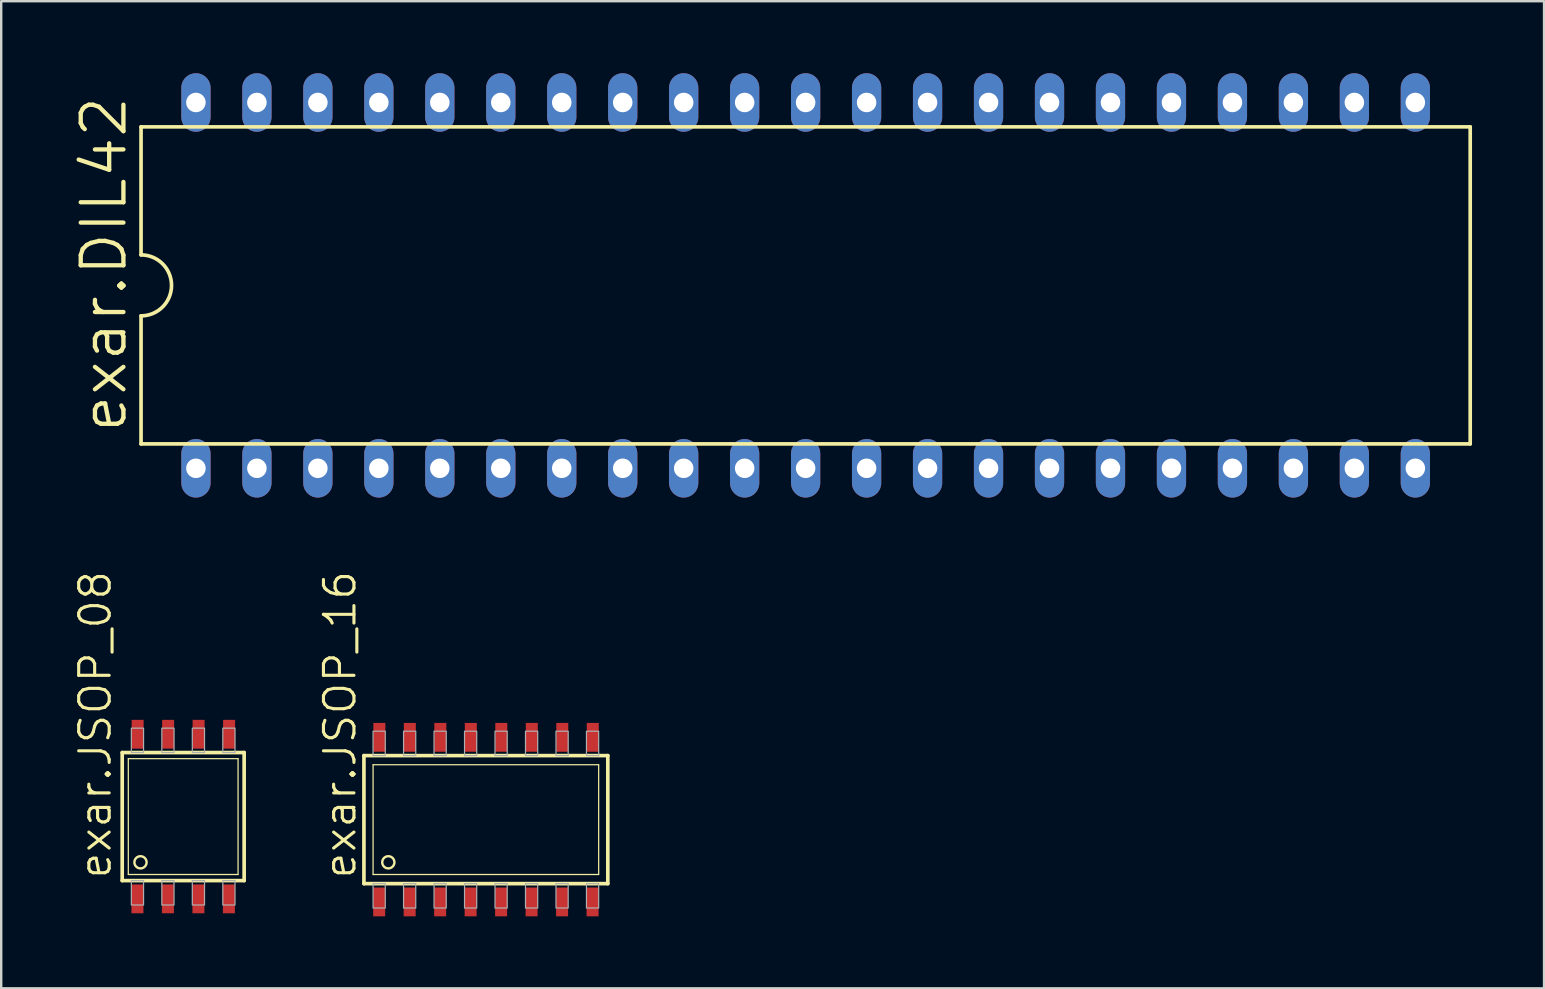
<source format=kicad_pcb>
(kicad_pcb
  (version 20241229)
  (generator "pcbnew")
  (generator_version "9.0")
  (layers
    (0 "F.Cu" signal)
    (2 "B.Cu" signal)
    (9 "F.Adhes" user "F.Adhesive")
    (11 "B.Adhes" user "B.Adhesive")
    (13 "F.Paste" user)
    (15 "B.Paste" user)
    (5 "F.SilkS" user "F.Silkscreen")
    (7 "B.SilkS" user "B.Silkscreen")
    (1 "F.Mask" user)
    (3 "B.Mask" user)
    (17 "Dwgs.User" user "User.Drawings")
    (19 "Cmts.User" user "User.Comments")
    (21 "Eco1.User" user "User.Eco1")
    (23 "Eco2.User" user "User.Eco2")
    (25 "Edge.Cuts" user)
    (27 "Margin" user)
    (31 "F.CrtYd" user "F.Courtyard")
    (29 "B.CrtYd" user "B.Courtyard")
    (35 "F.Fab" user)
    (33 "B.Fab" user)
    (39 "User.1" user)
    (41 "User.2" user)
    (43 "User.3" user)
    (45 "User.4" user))
  (footprint "exar.DIL42"
    (layer "F.Cu")
    (at 30.512 8.839)
    (property "Reference" "exar.DIL42" (at -28.194 6.223 90) (layer "F.SilkS") (effects (font (size 1.778 1.778) (thickness 0.18)) (justify left bottom)))
    (attr through_hole)
    (fp_line (start -27.686 -6.604) (end -27.686 -1.27) (stroke (width 0.152) (type default)) (layer "F.SilkS"))
    (fp_line (start -27.686 -6.604) (end 27.686 -6.604) (stroke (width 0.152) (type default)) (layer "F.SilkS"))
    (fp_line (start -27.686 1.27) (end -27.686 6.604) (stroke (width 0.152) (type default)) (layer "F.SilkS"))
    (fp_line (start -27.686 6.604) (end 27.686 6.604) (stroke (width 0.152) (type default)) (layer "F.SilkS"))
    (fp_line (start 27.686 6.604) (end 27.686 -6.604) (stroke (width 0.152) (type default)) (layer "F.SilkS"))
    (fp_arc (start -27.686 -1.27) (mid -26.416 0) (end -27.686 1.27) (stroke (width 0.1524) (type default)) (layer "F.SilkS"))
    (pad "1" thru_hole oval (at -25.4 7.62 90) (size 2.438 1.219) (drill 0.813) (layers "*.Cu" "*.Mask"))
    (pad "2" thru_hole oval (at -22.86 7.62 90) (size 2.438 1.219) (drill 0.813) (layers "*.Cu" "*.Mask"))
    (pad "3" thru_hole oval (at -20.32 7.62 90) (size 2.438 1.219) (drill 0.813) (layers "*.Cu" "*.Mask"))
    (pad "4" thru_hole oval (at -17.78 7.62 90) (size 2.438 1.219) (drill 0.813) (layers "*.Cu" "*.Mask"))
    (pad "5" thru_hole oval (at -15.24 7.62 90) (size 2.438 1.219) (drill 0.813) (layers "*.Cu" "*.Mask"))
    (pad "6" thru_hole oval (at -12.7 7.62 90) (size 2.438 1.219) (drill 0.813) (layers "*.Cu" "*.Mask"))
    (pad "7" thru_hole oval (at -10.16 7.62 90) (size 2.438 1.219) (drill 0.813) (layers "*.Cu" "*.Mask"))
    (pad "8" thru_hole oval (at -7.62 7.62 90) (size 2.438 1.219) (drill 0.813) (layers "*.Cu" "*.Mask"))
    (pad "9" thru_hole oval (at -5.08 7.62 90) (size 2.438 1.219) (drill 0.813) (layers "*.Cu" "*.Mask"))
    (pad "10" thru_hole oval (at -2.54 7.62 90) (size 2.438 1.219) (drill 0.813) (layers "*.Cu" "*.Mask"))
    (pad "11" thru_hole oval (at 0 7.62 90) (size 2.438 1.219) (drill 0.813) (layers "*.Cu" "*.Mask"))
    (pad "12" thru_hole oval (at 2.54 7.62 90) (size 2.438 1.219) (drill 0.813) (layers "*.Cu" "*.Mask"))
    (pad "13" thru_hole oval (at 5.08 7.62 90) (size 2.438 1.219) (drill 0.813) (layers "*.Cu" "*.Mask"))
    (pad "14" thru_hole oval (at 7.62 7.62 90) (size 2.438 1.219) (drill 0.813) (layers "*.Cu" "*.Mask"))
    (pad "15" thru_hole oval (at 10.16 7.62 90) (size 2.438 1.219) (drill 0.813) (layers "*.Cu" "*.Mask"))
    (pad "16" thru_hole oval (at 12.7 7.62 90) (size 2.438 1.219) (drill 0.813) (layers "*.Cu" "*.Mask"))
    (pad "17" thru_hole oval (at 15.24 7.62 90) (size 2.438 1.219) (drill 0.813) (layers "*.Cu" "*.Mask"))
    (pad "18" thru_hole oval (at 17.78 7.62 90) (size 2.438 1.219) (drill 0.813) (layers "*.Cu" "*.Mask"))
    (pad "19" thru_hole oval (at 20.32 7.62 90) (size 2.438 1.219) (drill 0.813) (layers "*.Cu" "*.Mask"))
    (pad "20" thru_hole oval (at 22.86 7.62 90) (size 2.438 1.219) (drill 0.813) (layers "*.Cu" "*.Mask"))
    (pad "21" thru_hole oval (at 25.4 7.62 90) (size 2.438 1.219) (drill 0.813) (layers "*.Cu" "*.Mask"))
    (pad "22" thru_hole oval (at 25.4 -7.62 90) (size 2.438 1.219) (drill 0.813) (layers "*.Cu" "*.Mask"))
    (pad "23" thru_hole oval (at 22.86 -7.62 90) (size 2.438 1.219) (drill 0.813) (layers "*.Cu" "*.Mask"))
    (pad "24" thru_hole oval (at 20.32 -7.62 90) (size 2.438 1.219) (drill 0.813) (layers "*.Cu" "*.Mask"))
    (pad "25" thru_hole oval (at 17.78 -7.62 90) (size 2.438 1.219) (drill 0.813) (layers "*.Cu" "*.Mask"))
    (pad "26" thru_hole oval (at 15.24 -7.62 90) (size 2.438 1.219) (drill 0.813) (layers "*.Cu" "*.Mask"))
    (pad "27" thru_hole oval (at 12.7 -7.62 90) (size 2.438 1.219) (drill 0.813) (layers "*.Cu" "*.Mask"))
    (pad "28" thru_hole oval (at 10.16 -7.62 90) (size 2.438 1.219) (drill 0.813) (layers "*.Cu" "*.Mask"))
    (pad "29" thru_hole oval (at 7.62 -7.62 90) (size 2.438 1.219) (drill 0.813) (layers "*.Cu" "*.Mask"))
    (pad "30" thru_hole oval (at 5.08 -7.62 90) (size 2.438 1.219) (drill 0.813) (layers "*.Cu" "*.Mask"))
    (pad "31" thru_hole oval (at 2.54 -7.62 90) (size 2.438 1.219) (drill 0.813) (layers "*.Cu" "*.Mask"))
    (pad "32" thru_hole oval (at 0 -7.62 90) (size 2.438 1.219) (drill 0.813) (layers "*.Cu" "*.Mask"))
    (pad "33" thru_hole oval (at -2.54 -7.62 90) (size 2.438 1.219) (drill 0.813) (layers "*.Cu" "*.Mask"))
    (pad "34" thru_hole oval (at -5.08 -7.62 90) (size 2.438 1.219) (drill 0.813) (layers "*.Cu" "*.Mask"))
    (pad "35" thru_hole oval (at -7.62 -7.62 90) (size 2.438 1.219) (drill 0.813) (layers "*.Cu" "*.Mask"))
    (pad "36" thru_hole oval (at -10.16 -7.62 90) (size 2.438 1.219) (drill 0.813) (layers "*.Cu" "*.Mask"))
    (pad "37" thru_hole oval (at -12.7 -7.62 90) (size 2.438 1.219) (drill 0.813) (layers "*.Cu" "*.Mask"))
    (pad "38" thru_hole oval (at -15.24 -7.62 90) (size 2.438 1.219) (drill 0.813) (layers "*.Cu" "*.Mask"))
    (pad "39" thru_hole oval (at -17.78 -7.62 90) (size 2.438 1.219) (drill 0.813) (layers "*.Cu" "*.Mask"))
    (pad "40" thru_hole oval (at -20.32 -7.62 90) (size 2.438 1.219) (drill 0.813) (layers "*.Cu" "*.Mask"))
    (pad "41" thru_hole oval (at -22.86 -7.62 90) (size 2.438 1.219) (drill 0.813) (layers "*.Cu" "*.Mask"))
    (pad "42" thru_hole oval (at -25.4 -7.62 90) (size 2.438 1.219) (drill 0.813) (layers "*.Cu" "*.Mask")))
  (footprint "exar.JSOP_16"
    (layer "F.Cu")
    (at 17.191 31.095)
    (property "Reference" "exar.JSOP_16" (at -5.334 2.54 90) (layer "F.SilkS") (effects (font (size 1.27 1.27) (thickness 0.13)) (justify left bottom)))
    (attr smd)
    (fp_line (start -5.08 -2.667) (end 5.08 -2.667) (stroke (width 0.152) (type default)) (layer "F.SilkS"))
    (fp_line (start -5.08 2.667) (end -5.08 -2.667) (stroke (width 0.152) (type default)) (layer "F.SilkS"))
    (fp_line (start -4.699 -2.286) (end 4.699 -2.286) (stroke (width 0.051) (type default)) (layer "F.SilkS"))
    (fp_line (start -4.699 2.286) (end -4.699 -2.286) (stroke (width 0.051) (type default)) (layer "F.SilkS"))
    (fp_line (start 4.699 -2.286) (end 4.699 2.286) (stroke (width 0.051) (type default)) (layer "F.SilkS"))
    (fp_line (start 4.699 2.286) (end -4.699 2.286) (stroke (width 0.051) (type default)) (layer "F.SilkS"))
    (fp_line (start 5.08 -2.667) (end 5.08 2.667) (stroke (width 0.152) (type default)) (layer "F.SilkS"))
    (fp_line (start 5.08 2.667) (end -5.08 2.667) (stroke (width 0.152) (type default)) (layer "F.SilkS"))
    (fp_circle (center -4.064 1.778) (end -3.81 1.778) (stroke (width 0.1) (type default)) (fill no) (layer "F.SilkS"))
    (fp_rect (start -4.699 -2.667) (end -4.191 -3.683) (stroke (width 0.05) (type default)) (fill no) (layer "F.Fab"))
    (fp_rect (start -4.699 3.683) (end -4.191 2.667) (stroke (width 0.05) (type default)) (fill no) (layer "F.Fab"))
    (fp_rect (start -3.429 -2.667) (end -2.921 -3.683) (stroke (width 0.05) (type default)) (fill no) (layer "F.Fab"))
    (fp_rect (start -3.429 3.683) (end -2.921 2.667) (stroke (width 0.05) (type default)) (fill no) (layer "F.Fab"))
    (fp_rect (start -2.159 -2.667) (end -1.651 -3.683) (stroke (width 0.05) (type default)) (fill no) (layer "F.Fab"))
    (fp_rect (start -2.159 3.683) (end -1.651 2.667) (stroke (width 0.05) (type default)) (fill no) (layer "F.Fab"))
    (fp_rect (start -0.889 -2.667) (end -0.381 -3.683) (stroke (width 0.05) (type default)) (fill no) (layer "F.Fab"))
    (fp_rect (start -0.889 3.683) (end -0.381 2.667) (stroke (width 0.05) (type default)) (fill no) (layer "F.Fab"))
    (fp_rect (start 0.381 -2.667) (end 0.889 -3.683) (stroke (width 0.05) (type default)) (fill no) (layer "F.Fab"))
    (fp_rect (start 0.381 3.683) (end 0.889 2.667) (stroke (width 0.05) (type default)) (fill no) (layer "F.Fab"))
    (fp_rect (start 1.651 -2.667) (end 2.159 -3.683) (stroke (width 0.05) (type default)) (fill no) (layer "F.Fab"))
    (fp_rect (start 1.651 3.683) (end 2.159 2.667) (stroke (width 0.05) (type default)) (fill no) (layer "F.Fab"))
    (fp_rect (start 2.921 -2.667) (end 3.429 -3.683) (stroke (width 0.05) (type default)) (fill no) (layer "F.Fab"))
    (fp_rect (start 2.921 3.683) (end 3.429 2.667) (stroke (width 0.05) (type default)) (fill no) (layer "F.Fab"))
    (fp_rect (start 4.191 -2.667) (end 4.699 -3.683) (stroke (width 0.05) (type default)) (fill no) (layer "F.Fab"))
    (fp_rect (start 4.191 3.683) (end 4.699 2.667) (stroke (width 0.05) (type default)) (fill no) (layer "F.Fab"))
    (pad "1" smd roundrect (at -4.445 3.429) (size 0.5 1.2) (layers "F.Cu" "F.Mask" "F.Paste") (roundrect_rratio 0.01))
    (pad "2" smd roundrect (at -3.175 3.429) (size 0.5 1.2) (layers "F.Cu" "F.Mask" "F.Paste") (roundrect_rratio 0.01))
    (pad "3" smd roundrect (at -1.905 3.429) (size 0.5 1.2) (layers "F.Cu" "F.Mask" "F.Paste") (roundrect_rratio 0.01))
    (pad "4" smd roundrect (at -0.635 3.429) (size 0.5 1.2) (layers "F.Cu" "F.Mask" "F.Paste") (roundrect_rratio 0.01))
    (pad "5" smd roundrect (at 0.635 3.429) (size 0.5 1.2) (layers "F.Cu" "F.Mask" "F.Paste") (roundrect_rratio 0.01))
    (pad "6" smd roundrect (at 1.905 3.429) (size 0.5 1.2) (layers "F.Cu" "F.Mask" "F.Paste") (roundrect_rratio 0.01))
    (pad "7" smd roundrect (at 3.175 3.429) (size 0.5 1.2) (layers "F.Cu" "F.Mask" "F.Paste") (roundrect_rratio 0.01))
    (pad "8" smd roundrect (at 4.445 3.429) (size 0.5 1.2) (layers "F.Cu" "F.Mask" "F.Paste") (roundrect_rratio 0.01))
    (pad "9" smd roundrect (at 4.453 -3.429) (size 0.5 1.2) (layers "F.Cu" "F.Mask" "F.Paste") (roundrect_rratio 0.01))
    (pad "10" smd roundrect (at 3.183 -3.429) (size 0.5 1.2) (layers "F.Cu" "F.Mask" "F.Paste") (roundrect_rratio 0.01))
    (pad "11" smd roundrect (at 1.913 -3.429) (size 0.5 1.2) (layers "F.Cu" "F.Mask" "F.Paste") (roundrect_rratio 0.01))
    (pad "12" smd roundrect (at 0.643 -3.429) (size 0.5 1.2) (layers "F.Cu" "F.Mask" "F.Paste") (roundrect_rratio 0.01))
    (pad "13" smd roundrect (at -0.627 -3.429) (size 0.5 1.2) (layers "F.Cu" "F.Mask" "F.Paste") (roundrect_rratio 0.01))
    (pad "14" smd roundrect (at -1.897 -3.429) (size 0.5 1.2) (layers "F.Cu" "F.Mask" "F.Paste") (roundrect_rratio 0.01))
    (pad "15" smd roundrect (at -3.167 -3.429) (size 0.5 1.2) (layers "F.Cu" "F.Mask" "F.Paste") (roundrect_rratio 0.01))
    (pad "16" smd roundrect (at -4.437 -3.429) (size 0.5 1.2) (layers "F.Cu" "F.Mask" "F.Paste") (roundrect_rratio 0.01)))
  (footprint "exar.JSOP_08"
    (layer "F.Cu")
    (at 4.581 30.968)
    (property "Reference" "exar.JSOP_08" (at -2.921 2.667 90) (layer "F.SilkS") (effects (font (size 1.27 1.27) (thickness 0.13)) (justify left bottom)))
    (attr smd)
    (fp_line (start -2.54 -2.667) (end 2.54 -2.667) (stroke (width 0.152) (type default)) (layer "F.SilkS"))
    (fp_line (start -2.54 2.667) (end -2.54 -2.667) (stroke (width 0.152) (type default)) (layer "F.SilkS"))
    (fp_line (start -2.286 -2.413) (end 2.286 -2.413) (stroke (width 0.051) (type default)) (layer "F.SilkS"))
    (fp_line (start -2.286 2.413) (end -2.286 -2.413) (stroke (width 0.051) (type default)) (layer "F.SilkS"))
    (fp_line (start 2.286 -2.413) (end 2.286 2.413) (stroke (width 0.051) (type default)) (layer "F.SilkS"))
    (fp_line (start 2.286 2.413) (end -2.286 2.413) (stroke (width 0.051) (type default)) (layer "F.SilkS"))
    (fp_line (start 2.54 -2.667) (end 2.54 2.667) (stroke (width 0.152) (type default)) (layer "F.SilkS"))
    (fp_line (start 2.54 2.667) (end -2.54 2.667) (stroke (width 0.152) (type default)) (layer "F.SilkS"))
    (fp_circle (center -1.778 1.905) (end -1.524 1.905) (stroke (width 0.1) (type default)) (fill no) (layer "F.SilkS"))
    (fp_rect (start -2.159 -2.667) (end -1.651 -3.683) (stroke (width 0.05) (type default)) (fill no) (layer "F.Fab"))
    (fp_rect (start -2.159 3.683) (end -1.651 2.667) (stroke (width 0.05) (type default)) (fill no) (layer "F.Fab"))
    (fp_rect (start -0.889 -2.667) (end -0.381 -3.683) (stroke (width 0.05) (type default)) (fill no) (layer "F.Fab"))
    (fp_rect (start -0.889 3.683) (end -0.381 2.667) (stroke (width 0.05) (type default)) (fill no) (layer "F.Fab"))
    (fp_rect (start 0.381 -2.667) (end 0.889 -3.683) (stroke (width 0.05) (type default)) (fill no) (layer "F.Fab"))
    (fp_rect (start 0.381 3.683) (end 0.889 2.667) (stroke (width 0.05) (type default)) (fill no) (layer "F.Fab"))
    (fp_rect (start 1.651 -2.667) (end 2.159 -3.683) (stroke (width 0.05) (type default)) (fill no) (layer "F.Fab"))
    (fp_rect (start 1.651 3.683) (end 2.159 2.667) (stroke (width 0.05) (type default)) (fill no) (layer "F.Fab"))
    (pad "1" smd roundrect (at -1.905 3.429) (size 0.5 1.2) (layers "F.Cu" "F.Mask" "F.Paste") (roundrect_rratio 0.01))
    (pad "2" smd roundrect (at -0.635 3.429) (size 0.5 1.2) (layers "F.Cu" "F.Mask" "F.Paste") (roundrect_rratio 0.01))
    (pad "3" smd roundrect (at 0.635 3.429) (size 0.5 1.2) (layers "F.Cu" "F.Mask" "F.Paste") (roundrect_rratio 0.01))
    (pad "4" smd roundrect (at 1.905 3.429) (size 0.5 1.2) (layers "F.Cu" "F.Mask" "F.Paste") (roundrect_rratio 0.01))
    (pad "5" smd roundrect (at 1.913 -3.429) (size 0.5 1.2) (layers "F.Cu" "F.Mask" "F.Paste") (roundrect_rratio 0.01))
    (pad "6" smd roundrect (at 0.643 -3.429) (size 0.5 1.2) (layers "F.Cu" "F.Mask" "F.Paste") (roundrect_rratio 0.01))
    (pad "7" smd roundrect (at -0.627 -3.429) (size 0.5 1.2) (layers "F.Cu" "F.Mask" "F.Paste") (roundrect_rratio 0.01))
    (pad "8" smd roundrect (at -1.897 -3.429) (size 0.5 1.2) (layers "F.Cu" "F.Mask" "F.Paste") (roundrect_rratio 0.01)))
  (gr_rect
    (start -3 -3)
    (end 61.274 38.124)
    (stroke (width 0.1) (type default))
    (fill no)
    (layer "Edge.Cuts")))
</source>
